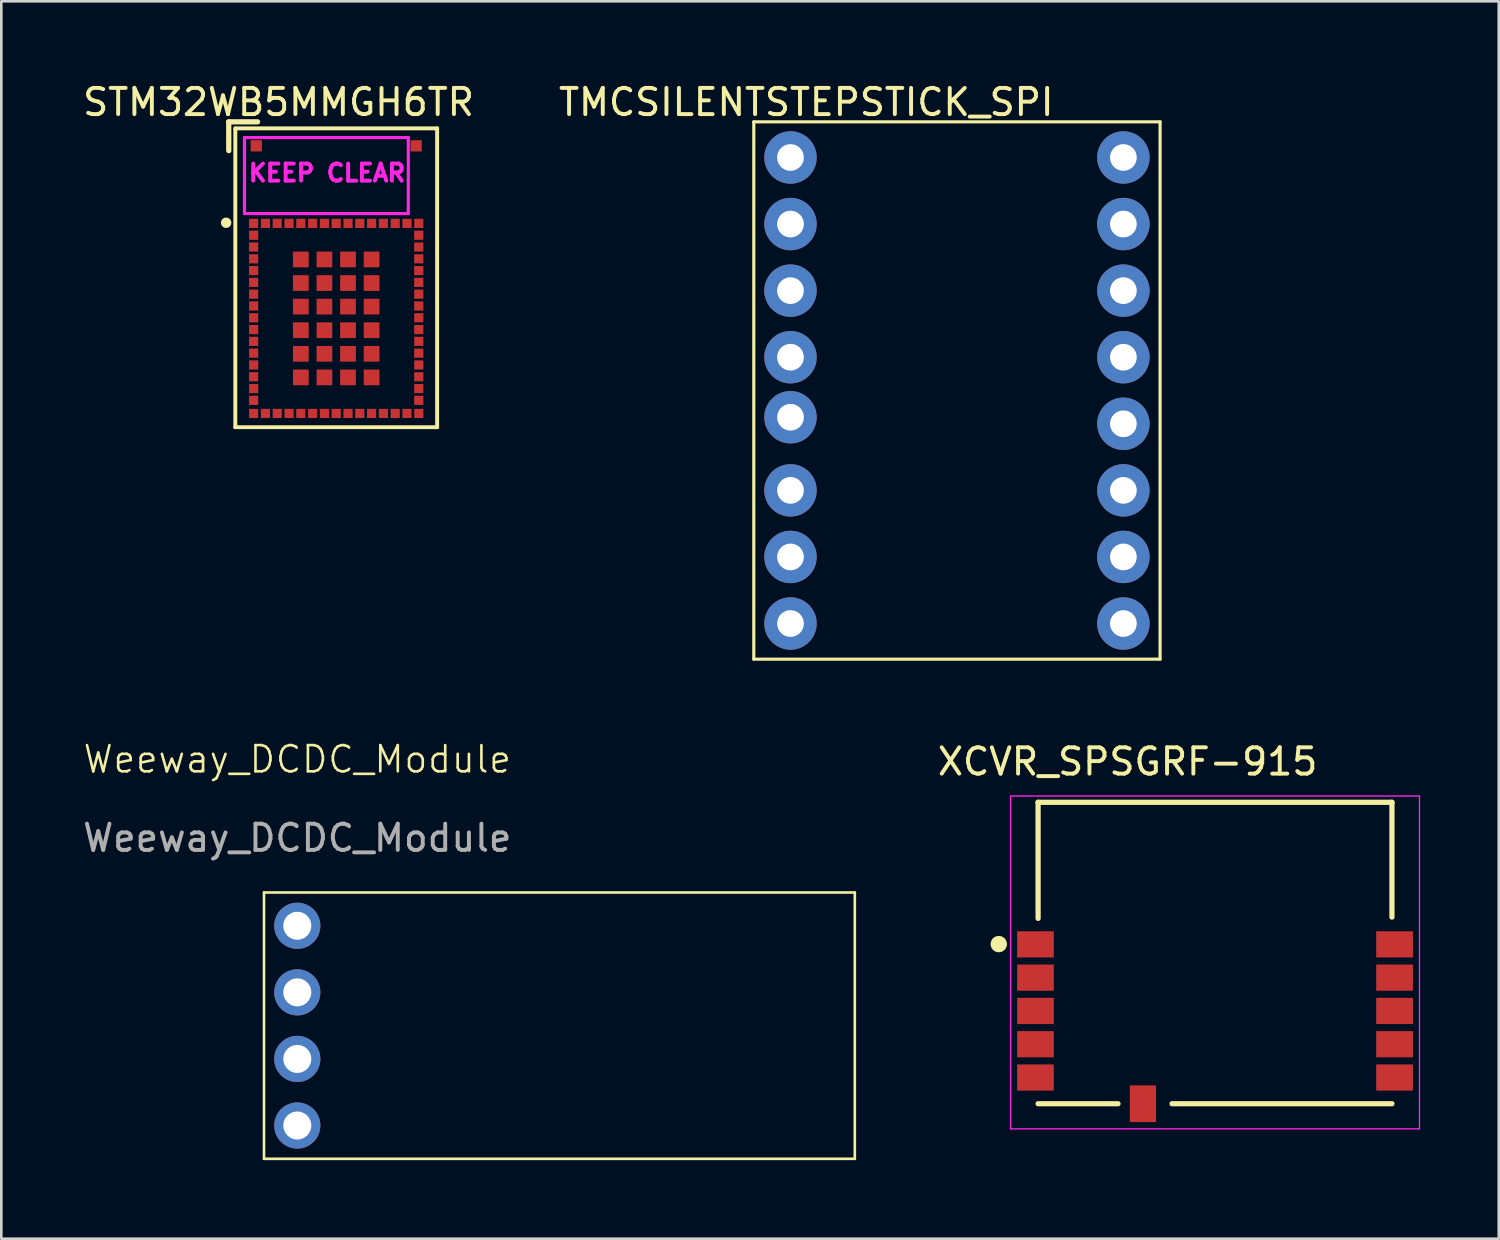
<source format=kicad_pcb>
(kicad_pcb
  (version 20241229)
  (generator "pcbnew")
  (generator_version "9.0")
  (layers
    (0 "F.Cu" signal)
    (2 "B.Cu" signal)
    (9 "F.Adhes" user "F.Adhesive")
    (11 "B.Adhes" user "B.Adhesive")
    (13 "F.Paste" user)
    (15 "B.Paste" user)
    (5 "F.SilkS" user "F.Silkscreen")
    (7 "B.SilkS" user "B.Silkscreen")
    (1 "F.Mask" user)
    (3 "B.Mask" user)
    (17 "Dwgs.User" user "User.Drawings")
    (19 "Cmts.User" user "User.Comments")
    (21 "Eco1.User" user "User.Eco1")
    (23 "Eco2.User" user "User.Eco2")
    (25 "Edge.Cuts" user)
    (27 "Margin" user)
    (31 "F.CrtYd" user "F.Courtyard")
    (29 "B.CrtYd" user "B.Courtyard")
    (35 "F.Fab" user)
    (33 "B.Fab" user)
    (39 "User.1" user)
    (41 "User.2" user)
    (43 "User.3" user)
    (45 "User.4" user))
  (footprint "STM32WB5MMGH6TR"
    (layer "F.Cu")
    (at 9.777 9.098)
    (property "Reference" "STM32WB5MMGH6TR" (at -2.2 -8.25 0) (layer "F.SilkS") (effects (font (size 1 1) (thickness 0.15))))
    (attr smd)
    (fp_line (start -4.1 -7.5) (end -4.1 -6.4) (stroke (width 0.2) (type solid)) (layer "F.SilkS"))
    (fp_line (start -4.1 -7.5) (end -3 -7.5) (stroke (width 0.2) (type solid)) (layer "F.SilkS"))
    (fp_line (start -3.85 -7.25) (end -3.85 4.15) (stroke (width 0.15) (type solid)) (layer "F.SilkS"))
    (fp_line (start -3.85 -7.25) (end 3.85 -7.25) (stroke (width 0.15) (type solid)) (layer "F.SilkS"))
    (fp_line (start -3.85 4.15) (end 3.85 4.15) (stroke (width 0.15) (type solid)) (layer "F.SilkS"))
    (fp_line (start 3.85 -7.25) (end 3.85 4.15) (stroke (width 0.15) (type solid)) (layer "F.SilkS"))
    (fp_circle (center -4.2 -3.65) (end -4.2 -3.55) (stroke (width 0.2) (type solid)) (fill no) (layer "F.SilkS"))
    (fp_line (start -3.65 -7.05) (end -3.65 3.95) (stroke (width 0.15) (type solid)) (layer "Eco1.User"))
    (fp_line (start -3.65 -7.05) (end 3.65 -7.05) (stroke (width 0.15) (type solid)) (layer "Eco1.User"))
    (fp_line (start -3.65 3.95) (end 3.65 3.95) (stroke (width 0.15) (type solid)) (layer "Eco1.User"))
    (fp_line (start 3.65 -7.05) (end 3.65 3.95) (stroke (width 0.15) (type solid)) (layer "Eco1.User"))
    (fp_line (start -3.5 -6.9) (end 2.75 -6.9) (stroke (width 0.12) (type solid)) (layer "F.CrtYd"))
    (fp_line (start -3.5 -4) (end -3.5 -6.9) (stroke (width 0.12) (type solid)) (layer "F.CrtYd"))
    (fp_line (start 2.75 -6.9) (end 2.75 -4) (stroke (width 0.12) (type solid)) (layer "F.CrtYd"))
    (fp_line (start 2.75 -4) (end -3.5 -4) (stroke (width 0.12) (type solid)) (layer "F.CrtYd"))
    (fp_text user "KEEP CLEAR" (at -0.35 -5.55 0) (layer "F.CrtYd") (effects (font (size 0.65 0.65) (thickness 0.15))))
    (pad "1" smd rect (at -3.15 -3.625) (size 0.35 0.35) (layers "F.Cu" "F.Mask" "F.Paste"))
    (pad "2" smd rect (at -3.15 -3.175) (size 0.35 0.35) (layers "F.Cu" "F.Mask" "F.Paste"))
    (pad "3" smd rect (at -3.15 -2.725) (size 0.35 0.35) (layers "F.Cu" "F.Mask" "F.Paste"))
    (pad "4" smd rect (at -3.15 -2.275) (size 0.35 0.35) (layers "F.Cu" "F.Mask" "F.Paste"))
    (pad "5" smd rect (at -3.15 -1.825) (size 0.35 0.35) (layers "F.Cu" "F.Mask" "F.Paste"))
    (pad "6" smd rect (at -3.15 -1.375) (size 0.35 0.35) (layers "F.Cu" "F.Mask" "F.Paste"))
    (pad "7" smd rect (at -3.15 -0.925) (size 0.35 0.35) (layers "F.Cu" "F.Mask" "F.Paste"))
    (pad "8" smd rect (at -3.15 -0.475) (size 0.35 0.35) (layers "F.Cu" "F.Mask" "F.Paste"))
    (pad "9" smd rect (at -3.15 -0.025) (size 0.35 0.35) (layers "F.Cu" "F.Mask" "F.Paste"))
    (pad "10" smd rect (at -3.15 0.425) (size 0.35 0.35) (layers "F.Cu" "F.Mask" "F.Paste"))
    (pad "11" smd rect (at -3.15 0.875) (size 0.35 0.35) (layers "F.Cu" "F.Mask" "F.Paste"))
    (pad "12" smd rect (at -3.15 1.325) (size 0.35 0.35) (layers "F.Cu" "F.Mask" "F.Paste"))
    (pad "13" smd rect (at -3.15 1.775) (size 0.35 0.35) (layers "F.Cu" "F.Mask" "F.Paste"))
    (pad "14" smd rect (at -3.15 2.225) (size 0.35 0.35) (layers "F.Cu" "F.Mask" "F.Paste"))
    (pad "15" smd rect (at -3.15 2.675) (size 0.35 0.35) (layers "F.Cu" "F.Mask" "F.Paste"))
    (pad "16" smd rect (at -3.15 3.125) (size 0.35 0.35) (layers "F.Cu" "F.Mask" "F.Paste"))
    (pad "17" smd rect (at -3.15 3.625) (size 0.35 0.35) (layers "F.Cu" "F.Mask" "F.Paste"))
    (pad "18" smd rect (at -2.7 3.625) (size 0.35 0.35) (layers "F.Cu" "F.Mask" "F.Paste"))
    (pad "19" smd rect (at -2.25 3.625) (size 0.35 0.35) (layers "F.Cu" "F.Mask" "F.Paste"))
    (pad "20" smd rect (at -1.8 3.625) (size 0.35 0.35) (layers "F.Cu" "F.Mask" "F.Paste"))
    (pad "21" smd rect (at -1.35 3.625) (size 0.35 0.35) (layers "F.Cu" "F.Mask" "F.Paste"))
    (pad "22" smd rect (at -0.9 3.625) (size 0.35 0.35) (layers "F.Cu" "F.Mask" "F.Paste"))
    (pad "23" smd rect (at -0.45 3.625) (size 0.35 0.35) (layers "F.Cu" "F.Mask" "F.Paste"))
    (pad "24" smd rect (at 0 3.625) (size 0.35 0.35) (layers "F.Cu" "F.Mask" "F.Paste"))
    (pad "25" smd rect (at 0.45 3.625) (size 0.35 0.35) (layers "F.Cu" "F.Mask" "F.Paste"))
    (pad "26" smd rect (at 0.9 3.625) (size 0.35 0.35) (layers "F.Cu" "F.Mask" "F.Paste"))
    (pad "27" smd rect (at 1.35 3.625) (size 0.35 0.35) (layers "F.Cu" "F.Mask" "F.Paste"))
    (pad "28" smd rect (at 1.8 3.625) (size 0.35 0.35) (layers "F.Cu" "F.Mask" "F.Paste"))
    (pad "29" smd rect (at 2.25 3.625) (size 0.35 0.35) (layers "F.Cu" "F.Mask" "F.Paste"))
    (pad "30" smd rect (at 2.7 3.625) (size 0.35 0.35) (layers "F.Cu" "F.Mask" "F.Paste"))
    (pad "31" smd rect (at 3.15 3.625) (size 0.35 0.35) (layers "F.Cu" "F.Mask" "F.Paste"))
    (pad "32" smd rect (at 3.15 3.125) (size 0.35 0.35) (layers "F.Cu" "F.Mask" "F.Paste"))
    (pad "33" smd rect (at 3.15 2.675) (size 0.35 0.35) (layers "F.Cu" "F.Mask" "F.Paste"))
    (pad "34" smd rect (at 3.15 2.225) (size 0.35 0.35) (layers "F.Cu" "F.Mask" "F.Paste"))
    (pad "35" smd rect (at 3.15 1.775) (size 0.35 0.35) (layers "F.Cu" "F.Mask" "F.Paste"))
    (pad "36" smd rect (at 3.15 1.325) (size 0.35 0.35) (layers "F.Cu" "F.Mask" "F.Paste"))
    (pad "37" smd rect (at 3.15 0.875) (size 0.35 0.35) (layers "F.Cu" "F.Mask" "F.Paste"))
    (pad "38" smd rect (at 3.15 0.425) (size 0.35 0.35) (layers "F.Cu" "F.Mask" "F.Paste"))
    (pad "39" smd rect (at 3.15 -0.025) (size 0.35 0.35) (layers "F.Cu" "F.Mask" "F.Paste"))
    (pad "40" smd rect (at 3.15 -0.475) (size 0.35 0.35) (layers "F.Cu" "F.Mask" "F.Paste"))
    (pad "41" smd rect (at 3.15 -0.925) (size 0.35 0.35) (layers "F.Cu" "F.Mask" "F.Paste"))
    (pad "42" smd rect (at 3.15 -1.375) (size 0.35 0.35) (layers "F.Cu" "F.Mask" "F.Paste"))
    (pad "43" smd rect (at 3.15 -1.825) (size 0.35 0.35) (layers "F.Cu" "F.Mask" "F.Paste"))
    (pad "44" smd rect (at 3.15 -2.275) (size 0.35 0.35) (layers "F.Cu" "F.Mask" "F.Paste"))
    (pad "45" smd rect (at 3.15 -2.725) (size 0.35 0.35) (layers "F.Cu" "F.Mask" "F.Paste"))
    (pad "46" smd rect (at 3.15 -3.175) (size 0.35 0.35) (layers "F.Cu" "F.Mask" "F.Paste"))
    (pad "47" smd rect (at 3.15 -3.625) (size 0.35 0.35) (layers "F.Cu" "F.Mask" "F.Paste"))
    (pad "48" smd rect (at 2.7 -3.625) (size 0.35 0.35) (layers "F.Cu" "F.Mask" "F.Paste"))
    (pad "49" smd rect (at 2.25 -3.625) (size 0.35 0.35) (layers "F.Cu" "F.Mask" "F.Paste"))
    (pad "50" smd rect (at 1.8 -3.625) (size 0.35 0.35) (layers "F.Cu" "F.Mask" "F.Paste"))
    (pad "51" smd rect (at 1.35 -3.625) (size 0.35 0.35) (layers "F.Cu" "F.Mask" "F.Paste"))
    (pad "52" smd rect (at 0.9 -3.625) (size 0.35 0.35) (layers "F.Cu" "F.Mask" "F.Paste"))
    (pad "53" smd rect (at 0.45 -3.625) (size 0.35 0.35) (layers "F.Cu" "F.Mask" "F.Paste"))
    (pad "54" smd rect (at 0 -3.625) (size 0.35 0.35) (layers "F.Cu" "F.Mask" "F.Paste"))
    (pad "55" smd rect (at -0.45 -3.625) (size 0.35 0.35) (layers "F.Cu" "F.Mask" "F.Paste"))
    (pad "56" smd rect (at -0.9 -3.625) (size 0.35 0.35) (layers "F.Cu" "F.Mask" "F.Paste"))
    (pad "57" smd rect (at -1.35 -3.625) (size 0.35 0.35) (layers "F.Cu" "F.Mask" "F.Paste"))
    (pad "58" smd rect (at -1.8 -3.625) (size 0.35 0.35) (layers "F.Cu" "F.Mask" "F.Paste"))
    (pad "59" smd rect (at -2.25 -3.625) (size 0.35 0.35) (layers "F.Cu" "F.Mask" "F.Paste"))
    (pad "60" smd rect (at -2.7 -3.625) (size 0.35 0.35) (layers "F.Cu" "F.Mask" "F.Paste"))
    (pad "61" smd rect (at -1.35 -2.25) (size 0.6 0.6) (layers "F.Cu" "F.Mask" "F.Paste"))
    (pad "62" smd rect (at -1.35 -1.35) (size 0.6 0.6) (layers "F.Cu" "F.Mask" "F.Paste"))
    (pad "63" smd rect (at -1.35 -0.45) (size 0.6 0.6) (layers "F.Cu" "F.Mask" "F.Paste"))
    (pad "64" smd rect (at -1.35 0.45) (size 0.6 0.6) (layers "F.Cu" "F.Mask" "F.Paste"))
    (pad "65" smd rect (at -1.35 1.35) (size 0.6 0.6) (layers "F.Cu" "F.Mask" "F.Paste"))
    (pad "66" smd rect (at -1.35 2.25) (size 0.6 0.6) (layers "F.Cu" "F.Mask" "F.Paste"))
    (pad "67" smd rect (at -0.45 2.25) (size 0.6 0.6) (layers "F.Cu" "F.Mask" "F.Paste"))
    (pad "68" smd rect (at 0.45 2.25) (size 0.6 0.6) (layers "F.Cu" "F.Mask" "F.Paste"))
    (pad "69" smd rect (at 1.35 2.25) (size 0.6 0.6) (layers "F.Cu" "F.Mask" "F.Paste"))
    (pad "70" smd rect (at 1.35 1.35) (size 0.6 0.6) (layers "F.Cu" "F.Mask" "F.Paste"))
    (pad "71" smd rect (at 1.35 0.45) (size 0.6 0.6) (layers "F.Cu" "F.Mask" "F.Paste"))
    (pad "72" smd rect (at 1.35 -0.45) (size 0.6 0.6) (layers "F.Cu" "F.Mask" "F.Paste"))
    (pad "73" smd rect (at 1.35 -1.35) (size 0.6 0.6) (layers "F.Cu" "F.Mask" "F.Paste"))
    (pad "74" smd rect (at 1.35 -2.25) (size 0.6 0.6) (layers "F.Cu" "F.Mask" "F.Paste"))
    (pad "75" smd rect (at 0.45 -2.25) (size 0.6 0.6) (layers "F.Cu" "F.Mask" "F.Paste"))
    (pad "76" smd rect (at -0.45 -2.25) (size 0.6 0.6) (layers "F.Cu" "F.Mask" "F.Paste"))
    (pad "77" smd rect (at -0.45 -1.35) (size 0.6 0.6) (layers "F.Cu" "F.Mask" "F.Paste"))
    (pad "78" smd rect (at -0.45 -0.45) (size 0.6 0.6) (layers "F.Cu" "F.Mask" "F.Paste"))
    (pad "79" smd rect (at -0.45 0.45) (size 0.6 0.6) (layers "F.Cu" "F.Mask" "F.Paste"))
    (pad "80" smd rect (at -0.45 1.35) (size 0.6 0.6) (layers "F.Cu" "F.Mask" "F.Paste"))
    (pad "81" smd rect (at 0.45 1.35) (size 0.6 0.6) (layers "F.Cu" "F.Mask" "F.Paste"))
    (pad "82" smd rect (at 0.45 0.45) (size 0.6 0.6) (layers "F.Cu" "F.Mask" "F.Paste"))
    (pad "83" smd rect (at 0.45 -0.45) (size 0.6 0.6) (layers "F.Cu" "F.Mask" "F.Paste"))
    (pad "84" smd rect (at 0.45 -1.35) (size 0.6 0.6) (layers "F.Cu" "F.Mask" "F.Paste"))
    (pad "85" smd rect (at -3.05 -6.585) (size 0.43 0.43) (layers "F.Cu" "F.Mask" "F.Paste"))
    (pad "86" smd rect (at 3.05 -6.585) (size 0.43 0.43) (layers "F.Cu" "F.Mask" "F.Paste")))
  (footprint "XCVR_SPSGRF-915"
    (layer "F.Cu")
    (at 43.304 35.518)
    (property "Reference" "XCVR_SPSGRF-915" (at -3.334 -9.51 0) (layer "F.SilkS") (effects (font (size 1.003 1.003) (thickness 0.15))))
    (attr through_hole)
    (fp_line (start -6.75 -7.96) (end 6.75 -7.96) (stroke (width 0.2) (type solid)) (layer "F.SilkS"))
    (fp_line (start -6.75 -3.53) (end -6.75 -7.96) (stroke (width 0.2) (type solid)) (layer "F.SilkS"))
    (fp_line (start -3.7 3.54) (end -6.75 3.54) (stroke (width 0.2) (type solid)) (layer "F.SilkS"))
    (fp_line (start 6.75 -7.96) (end 6.75 -3.58) (stroke (width 0.2) (type solid)) (layer "F.SilkS"))
    (fp_line (start 6.75 3.54) (end -1.64 3.54) (stroke (width 0.2) (type solid)) (layer "F.SilkS"))
    (fp_circle (center -8.25 -2.55) (end -8.038 -2.55) (stroke (width 0.2) (type solid)) (fill no) (layer "F.SilkS"))
    (fp_poly (pts (xy -8.47 -2.7) (xy -8.1 -2.7) (xy -8.1 -2.406) (xy -8.47 -2.406)) (stroke (width 0.01) (type solid)) (fill yes) (layer "F.SilkS"))
    (fp_line (start -7.8 -8.2) (end 7.8 -8.2) (stroke (width 0.05) (type solid)) (layer "F.CrtYd"))
    (fp_line (start -7.8 4.5) (end -7.8 -8.2) (stroke (width 0.05) (type solid)) (layer "F.CrtYd"))
    (fp_line (start 7.8 -8.2) (end 7.8 4.5) (stroke (width 0.05) (type solid)) (layer "F.CrtYd"))
    (fp_line (start 7.8 4.5) (end -7.8 4.5) (stroke (width 0.05) (type solid)) (layer "F.CrtYd"))
    (pad "1" smd rect (at -6.85 -2.54) (size 1.4 1) (layers "F.Cu" "F.Mask" "F.Paste"))
    (pad "2" smd rect (at -6.85 -1.27) (size 1.4 1) (layers "F.Cu" "F.Mask" "F.Paste"))
    (pad "3" smd rect (at -6.85 0) (size 1.4 1) (layers "F.Cu" "F.Mask" "F.Paste"))
    (pad "4" smd rect (at -6.85 1.27) (size 1.4 1) (layers "F.Cu" "F.Mask" "F.Paste"))
    (pad "5" smd rect (at -6.85 2.54) (size 1.4 1) (layers "F.Cu" "F.Mask" "F.Paste"))
    (pad "6" smd rect (at -2.75 3.54) (size 1 1.4) (layers "F.Cu" "F.Mask" "F.Paste"))
    (pad "7" smd rect (at 6.85 2.54) (size 1.4 1) (layers "F.Cu" "F.Mask" "F.Paste"))
    (pad "8" smd rect (at 6.85 1.27) (size 1.4 1) (layers "F.Cu" "F.Mask" "F.Paste"))
    (pad "9" smd rect (at 6.85 0) (size 1.4 1) (layers "F.Cu" "F.Mask" "F.Paste"))
    (pad "10" smd rect (at 6.85 -1.27) (size 1.4 1) (layers "F.Cu" "F.Mask" "F.Paste"))
    (pad "11" smd rect (at 6.85 -2.54) (size 1.4 1) (layers "F.Cu" "F.Mask" "F.Paste")))
  (footprint "TMCSILENTSTEPSTICK_SPI"
    (layer "F.Cu")
    (at 33.458 11.848)
    (property "Reference" "TMCSILENTSTEPSTICK_SPI" (at -5.75 -11 0) (layer "F.SilkS") (effects (font (size 1 1) (thickness 0.15))))
    (attr through_hole)
    (fp_line (start -7.75 -10.25) (end -7.75 10.25) (stroke (width 0.12) (type solid)) (layer "F.SilkS"))
    (fp_line (start -7.75 10.25) (end 7.75 10.25) (stroke (width 0.12) (type solid)) (layer "F.SilkS"))
    (fp_line (start 7.75 -10.25) (end -7.75 -10.25) (stroke (width 0.12) (type solid)) (layer "F.SilkS"))
    (fp_line (start 7.75 10.25) (end 7.75 -10.25) (stroke (width 0.12) (type solid)) (layer "F.SilkS"))
    (pad "1" thru_hole circle (at -6.35 -8.89) (size 2 2) (drill 1.02) (layers "*.Cu" "*.Mask"))
    (pad "2" thru_hole circle (at -6.35 -6.35) (size 2 2) (drill 1.02) (layers "*.Cu" "*.Mask"))
    (pad "3" thru_hole circle (at -6.35 -3.81) (size 2 2) (drill 1.02) (layers "*.Cu" "*.Mask"))
    (pad "4" thru_hole circle (at -6.35 -1.27) (size 2 2) (drill 1.02) (layers "*.Cu" "*.Mask"))
    (pad "5" thru_hole circle (at -6.35 1.02) (size 2 2) (drill 1.02) (layers "*.Cu" "*.Mask"))
    (pad "6" thru_hole circle (at -6.35 3.81) (size 2 2) (drill 1.02) (layers "*.Cu" "*.Mask"))
    (pad "7" thru_hole circle (at -6.35 6.35) (size 2 2) (drill 1.02) (layers "*.Cu" "*.Mask"))
    (pad "8" thru_hole circle (at -6.35 8.89) (size 2 2) (drill 1.02) (layers "*.Cu" "*.Mask"))
    (pad "9" thru_hole circle (at 6.35 8.89 180) (size 2 2) (drill 1.02) (layers "*.Cu" "*.Mask"))
    (pad "10" thru_hole circle (at 6.35 6.35 180) (size 2 2) (drill 1.02) (layers "*.Cu" "*.Mask"))
    (pad "11" thru_hole circle (at 6.35 3.81 180) (size 2 2) (drill 1.02) (layers "*.Cu" "*.Mask"))
    (pad "12" thru_hole circle (at 6.35 1.27 180) (size 2 2) (drill 1.02) (layers "*.Cu" "*.Mask"))
    (pad "13" thru_hole circle (at 6.35 -1.27 180) (size 2 2) (drill 1.02) (layers "*.Cu" "*.Mask"))
    (pad "14" thru_hole circle (at 6.35 -3.81 180) (size 2 2) (drill 1.02) (layers "*.Cu" "*.Mask"))
    (pad "15" thru_hole circle (at 6.35 -6.35 180) (size 2 2) (drill 1.02) (layers "*.Cu" "*.Mask"))
    (pad "16" thru_hole circle (at 6.35 -8.89 180) (size 2 2) (drill 1.02) (layers "*.Cu" "*.Mask")))
  (footprint "Weeway_DCDC_Module"
    (layer "F.Cu")
    (at 8.292 36.079)
    (property "Reference" "Weeway_DCDC_Module" (at 0 -10.16 0) (unlocked yes) (layer "F.SilkS") (effects (font (size 1 1) (thickness 0.1))))
    (attr through_hole)
    (fp_line (start -1.27 -5.08) (end 21.27 -5.08) (stroke (width 0.1) (type default)) (layer "F.SilkS"))
    (fp_line (start -1.27 5.08) (end -1.27 -5.08) (stroke (width 0.1) (type default)) (layer "F.SilkS"))
    (fp_line (start -1.27 5.08) (end 21.27 5.08) (stroke (width 0.1) (type default)) (layer "F.SilkS"))
    (fp_line (start 21.27 -5.08) (end 21.27 5.08) (stroke (width 0.1) (type default)) (layer "F.SilkS"))
    (fp_text user "${REFERENCE}" (at 0 -7.16 0) (unlocked yes) (layer "F.Fab") (effects (font (size 1 1) (thickness 0.15))))
    (pad "1" thru_hole circle (at 0 -3.81) (size 1.762 1.762) (drill 1.07) (layers "*.Cu" "*.Mask"))
    (pad "2" thru_hole circle (at 0 -1.27) (size 1.762 1.762) (drill 1.07) (layers "*.Cu" "*.Mask"))
    (pad "3" thru_hole circle (at 0 1.27) (size 1.762 1.762) (drill 1.07) (layers "*.Cu" "*.Mask"))
    (pad "4" thru_hole circle (at 0 3.81) (size 1.762 1.762) (drill 1.07) (layers "*.Cu" "*.Mask")))
  (gr_rect
    (start -3 -3)
    (end 54.129 44.209)
    (stroke (width 0.1) (type default))
    (fill no)
    (layer "Edge.Cuts")))
</source>
